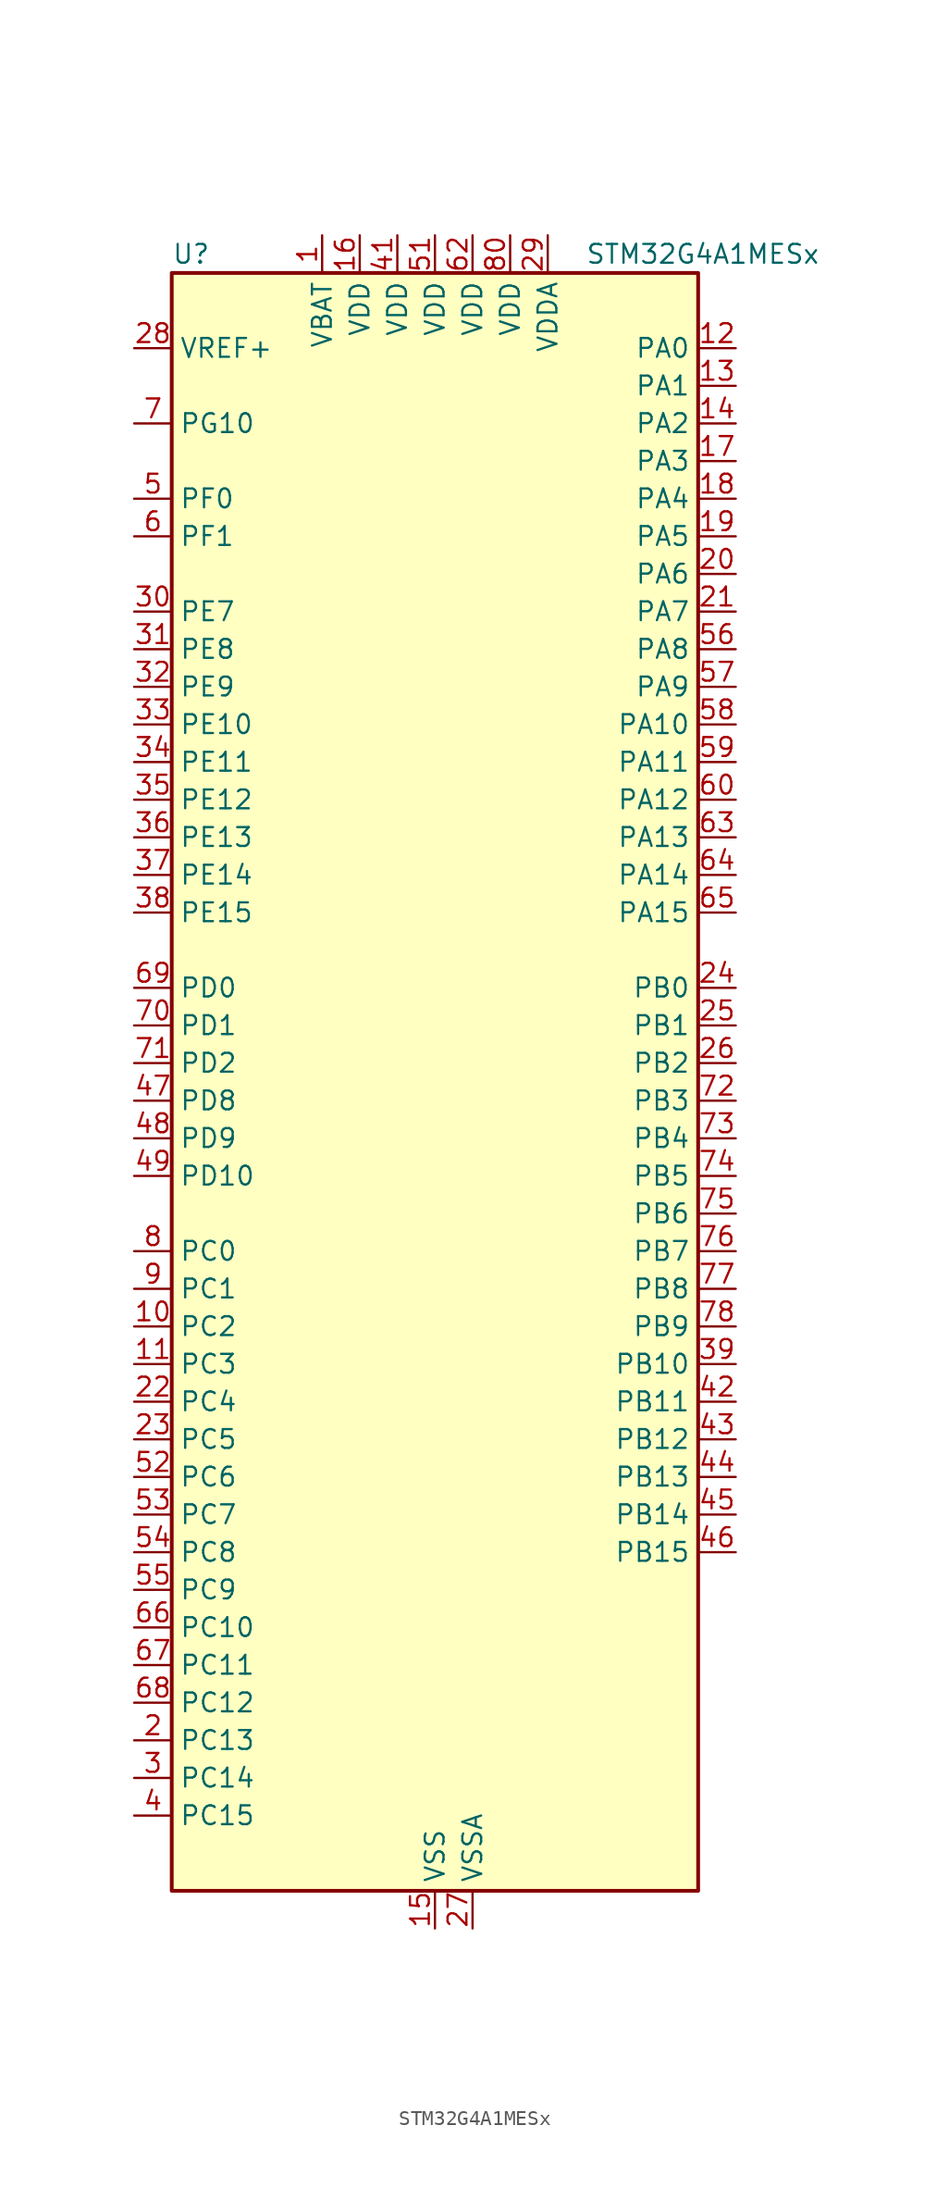
<source format=kicad_sym>
(kicad_symbol_lib
  (version 20241209)
  (generator "kicad_symbol_editor")
  (generator_version "9.0")
  (symbol "STM32G4A1MESx"
    (property "Reference" "U"
      (at -17.78 57.15 0)
      (effects (font (size 1.27 1.27)) (justify left)))
    (property "Value" "STM32G4A1MESx"
      (at 10.16 57.15 0)
      (effects (font (size 1.27 1.27)) (justify left)))
    (symbol "STM32G4A1MESx_0_1"
      (rectangle (start -17.78 -53.34) (end 17.78 55.88) (stroke (width 0.254) (type default)) (fill (type background))))
    (symbol "STM32G4A1MESx_1_1"
      (pin input line (at -20.32 50.8 0) (length 2.54) (name "VREF+" (effects (font (size 1.27 1.27)))) (number "28" (effects (font (size 1.27 1.27)))) (alternate "VREFBUF_OUT" bidirectional line))
      (pin bidirectional line (at -20.32 45.72 0) (length 2.54) (name "PG10" (effects (font (size 1.27 1.27)))) (number "7" (effects (font (size 1.27 1.27)))) (alternate "DAC1_EXTI10" bidirectional line) (alternate "DAC3_EXTI10" bidirectional line) (alternate "RCC_MCO" bidirectional line))
      (pin bidirectional line (at -20.32 40.64 0) (length 2.54) (name "PF0" (effects (font (size 1.27 1.27)))) (number "5" (effects (font (size 1.27 1.27)))) (alternate "ADC1_IN10" bidirectional line) (alternate "I2C2_SDA" bidirectional line) (alternate "I2S2_WS" bidirectional line) (alternate "RCC_OSC_IN" bidirectional line) (alternate "SPI2_NSS" bidirectional line) (alternate "TIM1_CH3N" bidirectional line))
      (pin bidirectional line (at -20.32 38.1 0) (length 2.54) (name "PF1" (effects (font (size 1.27 1.27)))) (number "6" (effects (font (size 1.27 1.27)))) (alternate "ADC2_IN10" bidirectional line) (alternate "COMP3_INM" bidirectional line) (alternate "I2S2_CK" bidirectional line) (alternate "RCC_OSC_OUT" bidirectional line) (alternate "SPI2_SCK" bidirectional line))
      (pin bidirectional line (at -20.32 33.02 0) (length 2.54) (name "PE7" (effects (font (size 1.27 1.27)))) (number "30" (effects (font (size 1.27 1.27)))) (alternate "ADC3_IN4" bidirectional line) (alternate "COMP4_INP" bidirectional line) (alternate "SAI1_SD_B" bidirectional line) (alternate "TIM1_ETR" bidirectional line))
      (pin bidirectional line (at -20.32 30.48 0) (length 2.54) (name "PE8" (effects (font (size 1.27 1.27)))) (number "31" (effects (font (size 1.27 1.27)))) (alternate "ADC3_IN6" bidirectional line) (alternate "COMP4_INM" bidirectional line) (alternate "SAI1_SCK_B" bidirectional line) (alternate "TIM1_CH1N" bidirectional line))
      (pin bidirectional line (at -20.32 27.94 0) (length 2.54) (name "PE9" (effects (font (size 1.27 1.27)))) (number "32" (effects (font (size 1.27 1.27)))) (alternate "ADC3_IN2" bidirectional line) (alternate "DAC1_EXTI9" bidirectional line) (alternate "DAC3_EXTI9" bidirectional line) (alternate "SAI1_FS_B" bidirectional line) (alternate "TIM1_CH1" bidirectional line))
      (pin bidirectional line (at -20.32 25.4 0) (length 2.54) (name "PE10" (effects (font (size 1.27 1.27)))) (number "33" (effects (font (size 1.27 1.27)))) (alternate "ADC3_IN14" bidirectional line) (alternate "DAC1_EXTI10" bidirectional line) (alternate "DAC3_EXTI10" bidirectional line) (alternate "QUADSPI1_CLK" bidirectional line) (alternate "SAI1_MCLK_B" bidirectional line) (alternate "TIM1_CH2N" bidirectional line))
      (pin bidirectional line (at -20.32 22.86 0) (length 2.54) (name "PE11" (effects (font (size 1.27 1.27)))) (number "34" (effects (font (size 1.27 1.27)))) (alternate "ADC1_EXTI11" bidirectional line) (alternate "ADC2_EXTI11" bidirectional line) (alternate "ADC3_IN15" bidirectional line) (alternate "QUADSPI1_BK1_NCS" bidirectional line) (alternate "TIM1_CH2" bidirectional line))
      (pin bidirectional line (at -20.32 20.32 0) (length 2.54) (name "PE12" (effects (font (size 1.27 1.27)))) (number "35" (effects (font (size 1.27 1.27)))) (alternate "ADC3_IN16" bidirectional line) (alternate "QUADSPI1_BK1_IO0" bidirectional line) (alternate "TIM1_CH3N" bidirectional line))
      (pin bidirectional line (at -20.32 17.78 0) (length 2.54) (name "PE13" (effects (font (size 1.27 1.27)))) (number "36" (effects (font (size 1.27 1.27)))) (alternate "ADC3_IN3" bidirectional line) (alternate "QUADSPI1_BK1_IO1" bidirectional line) (alternate "TIM1_CH3" bidirectional line))
      (pin bidirectional line (at -20.32 15.24 0) (length 2.54) (name "PE14" (effects (font (size 1.27 1.27)))) (number "37" (effects (font (size 1.27 1.27)))) (alternate "QUADSPI1_BK1_IO2" bidirectional line) (alternate "TIM1_BKIN2" bidirectional line) (alternate "TIM1_CH4" bidirectional line))
      (pin bidirectional line (at -20.32 12.7 0) (length 2.54) (name "PE15" (effects (font (size 1.27 1.27)))) (number "38" (effects (font (size 1.27 1.27)))) (alternate "ADC1_EXTI15" bidirectional line) (alternate "ADC2_EXTI15" bidirectional line) (alternate "QUADSPI1_BK1_IO3" bidirectional line) (alternate "TIM1_BKIN" bidirectional line) (alternate "TIM1_CH4N" bidirectional line) (alternate "USART3_RX" bidirectional line))
      (pin bidirectional line (at -20.32 7.62 0) (length 2.54) (name "PD0" (effects (font (size 1.27 1.27)))) (number "69" (effects (font (size 1.27 1.27)))) (alternate "FDCAN1_RX" bidirectional line) (alternate "TIM8_CH4N" bidirectional line))
      (pin bidirectional line (at -20.32 5.08 0) (length 2.54) (name "PD1" (effects (font (size 1.27 1.27)))) (number "70" (effects (font (size 1.27 1.27)))) (alternate "FDCAN1_TX" bidirectional line) (alternate "TIM8_BKIN2" bidirectional line) (alternate "TIM8_CH4" bidirectional line))
      (pin bidirectional line (at -20.32 2.54 0) (length 2.54) (name "PD2" (effects (font (size 1.27 1.27)))) (number "71" (effects (font (size 1.27 1.27)))) (alternate "ADC3_EXTI2" bidirectional line) (alternate "TIM3_ETR" bidirectional line) (alternate "TIM8_BKIN" bidirectional line) (alternate "UART5_RX" bidirectional line))
      (pin bidirectional line (at -20.32 0 0) (length 2.54) (name "PD8" (effects (font (size 1.27 1.27)))) (number "47" (effects (font (size 1.27 1.27)))) (alternate "USART3_TX" bidirectional line))
      (pin bidirectional line (at -20.32 -2.54 0) (length 2.54) (name "PD9" (effects (font (size 1.27 1.27)))) (number "48" (effects (font (size 1.27 1.27)))) (alternate "DAC1_EXTI9" bidirectional line) (alternate "DAC3_EXTI9" bidirectional line) (alternate "OPAMP6_VINP" bidirectional line) (alternate "OPAMP6_VINP_SEC" bidirectional line) (alternate "USART3_RX" bidirectional line))
      (pin bidirectional line (at -20.32 -5.08 0) (length 2.54) (name "PD10" (effects (font (size 1.27 1.27)))) (number "49" (effects (font (size 1.27 1.27)))) (alternate "ADC3_IN7" bidirectional line) (alternate "DAC1_EXTI10" bidirectional line) (alternate "DAC3_EXTI10" bidirectional line) (alternate "USART3_CK" bidirectional line))
      (pin bidirectional line (at -20.32 -10.16 0) (length 2.54) (name "PC0" (effects (font (size 1.27 1.27)))) (number "8" (effects (font (size 1.27 1.27)))) (alternate "ADC1_IN6" bidirectional line) (alternate "ADC2_IN6" bidirectional line) (alternate "COMP3_INM" bidirectional line) (alternate "LPTIM1_IN1" bidirectional line) (alternate "LPUART1_RX" bidirectional line) (alternate "TIM1_CH1" bidirectional line))
      (pin bidirectional line (at -20.32 -12.7 0) (length 2.54) (name "PC1" (effects (font (size 1.27 1.27)))) (number "9" (effects (font (size 1.27 1.27)))) (alternate "ADC1_IN7" bidirectional line) (alternate "ADC2_IN7" bidirectional line) (alternate "COMP3_INP" bidirectional line) (alternate "LPTIM1_OUT" bidirectional line) (alternate "LPUART1_TX" bidirectional line) (alternate "QUADSPI1_BK2_IO0" bidirectional line) (alternate "SAI1_SD_A" bidirectional line) (alternate "TIM1_CH2" bidirectional line))
      (pin bidirectional line (at -20.32 -15.24 0) (length 2.54) (name "PC2" (effects (font (size 1.27 1.27)))) (number "10" (effects (font (size 1.27 1.27)))) (alternate "ADC1_IN8" bidirectional line) (alternate "ADC2_IN8" bidirectional line) (alternate "ADC3_EXTI2" bidirectional line) (alternate "COMP3_OUT" bidirectional line) (alternate "LPTIM1_IN2" bidirectional line) (alternate "QUADSPI1_BK2_IO1" bidirectional line) (alternate "TIM1_CH3" bidirectional line) (alternate "TIM20_CH2" bidirectional line))
      (pin bidirectional line (at -20.32 -17.78 0) (length 2.54) (name "PC3" (effects (font (size 1.27 1.27)))) (number "11" (effects (font (size 1.27 1.27)))) (alternate "ADC1_IN9" bidirectional line) (alternate "ADC2_IN9" bidirectional line) (alternate "ADC3_EXTI3" bidirectional line) (alternate "LPTIM1_ETR" bidirectional line) (alternate "QUADSPI1_BK2_IO2" bidirectional line) (alternate "SAI1_D1" bidirectional line) (alternate "SAI1_SD_A" bidirectional line) (alternate "TIM1_BKIN2" bidirectional line) (alternate "TIM1_CH4" bidirectional line))
      (pin bidirectional line (at -20.32 -20.32 0) (length 2.54) (name "PC4" (effects (font (size 1.27 1.27)))) (number "22" (effects (font (size 1.27 1.27)))) (alternate "ADC2_IN5" bidirectional line) (alternate "I2C2_SCL" bidirectional line) (alternate "QUADSPI1_BK2_IO3" bidirectional line) (alternate "TIM1_ETR" bidirectional line) (alternate "USART1_TX" bidirectional line))
      (pin bidirectional line (at -20.32 -22.86 0) (length 2.54) (name "PC5" (effects (font (size 1.27 1.27)))) (number "23" (effects (font (size 1.27 1.27)))) (alternate "ADC2_IN11" bidirectional line) (alternate "OPAMP1_VINM" bidirectional line) (alternate "OPAMP1_VINM1" bidirectional line) (alternate "OPAMP1_VINM_SEC" bidirectional line) (alternate "OPAMP2_VINM" bidirectional line) (alternate "OPAMP2_VINM1" bidirectional line) (alternate "OPAMP2_VINM_SEC" bidirectional line) (alternate "SAI1_D3" bidirectional line) (alternate "SYS_WKUP5" bidirectional line) (alternate "TIM15_BKIN" bidirectional line) (alternate "TIM1_CH4N" bidirectional line) (alternate "USART1_RX" bidirectional line))
      (pin bidirectional line (at -20.32 -25.4 0) (length 2.54) (name "PC6" (effects (font (size 1.27 1.27)))) (number "52" (effects (font (size 1.27 1.27)))) (alternate "I2S2_MCK" bidirectional line) (alternate "TIM3_CH1" bidirectional line) (alternate "TIM8_CH1" bidirectional line))
      (pin bidirectional line (at -20.32 -27.94 0) (length 2.54) (name "PC7" (effects (font (size 1.27 1.27)))) (number "53" (effects (font (size 1.27 1.27)))) (alternate "I2S3_MCK" bidirectional line) (alternate "TIM3_CH2" bidirectional line) (alternate "TIM8_CH2" bidirectional line))
      (pin bidirectional line (at -20.32 -30.48 0) (length 2.54) (name "PC8" (effects (font (size 1.27 1.27)))) (number "54" (effects (font (size 1.27 1.27)))) (alternate "I2C3_SCL" bidirectional line) (alternate "TIM20_CH3" bidirectional line) (alternate "TIM3_CH3" bidirectional line) (alternate "TIM8_CH3" bidirectional line))
      (pin bidirectional line (at -20.32 -33.02 0) (length 2.54) (name "PC9" (effects (font (size 1.27 1.27)))) (number "55" (effects (font (size 1.27 1.27)))) (alternate "DAC1_EXTI9" bidirectional line) (alternate "DAC3_EXTI9" bidirectional line) (alternate "I2C3_SDA" bidirectional line) (alternate "I2S_CKIN" bidirectional line) (alternate "TIM3_CH4" bidirectional line) (alternate "TIM8_BKIN2" bidirectional line) (alternate "TIM8_CH4" bidirectional line))
      (pin bidirectional line (at -20.32 -35.56 0) (length 2.54) (name "PC10" (effects (font (size 1.27 1.27)))) (number "66" (effects (font (size 1.27 1.27)))) (alternate "DAC1_EXTI10" bidirectional line) (alternate "DAC3_EXTI10" bidirectional line) (alternate "I2S3_CK" bidirectional line) (alternate "SPI3_SCK" bidirectional line) (alternate "TIM8_CH1N" bidirectional line) (alternate "UART4_TX" bidirectional line) (alternate "USART3_TX" bidirectional line))
      (pin bidirectional line (at -20.32 -38.1 0) (length 2.54) (name "PC11" (effects (font (size 1.27 1.27)))) (number "67" (effects (font (size 1.27 1.27)))) (alternate "ADC1_EXTI11" bidirectional line) (alternate "ADC2_EXTI11" bidirectional line) (alternate "I2C3_SDA" bidirectional line) (alternate "SPI3_MISO" bidirectional line) (alternate "TIM8_CH2N" bidirectional line) (alternate "UART4_RX" bidirectional line) (alternate "USART3_RX" bidirectional line))
      (pin bidirectional line (at -20.32 -40.64 0) (length 2.54) (name "PC12" (effects (font (size 1.27 1.27)))) (number "68" (effects (font (size 1.27 1.27)))) (alternate "I2S3_SD" bidirectional line) (alternate "SPI3_MOSI" bidirectional line) (alternate "TIM8_CH3N" bidirectional line) (alternate "UART5_TX" bidirectional line) (alternate "UCPD1_FRSTX1" bidirectional line) (alternate "UCPD1_FRSTX2" bidirectional line) (alternate "USART3_CK" bidirectional line))
      (pin bidirectional line (at -20.32 -43.18 0) (length 2.54) (name "PC13" (effects (font (size 1.27 1.27)))) (number "2" (effects (font (size 1.27 1.27)))) (alternate "RTC_OUT1" bidirectional line) (alternate "RTC_TAMP1" bidirectional line) (alternate "RTC_TS" bidirectional line) (alternate "SYS_WKUP2" bidirectional line) (alternate "TIM1_BKIN" bidirectional line) (alternate "TIM1_CH1N" bidirectional line) (alternate "TIM8_CH4N" bidirectional line))
      (pin bidirectional line (at -20.32 -45.72 0) (length 2.54) (name "PC14" (effects (font (size 1.27 1.27)))) (number "3" (effects (font (size 1.27 1.27)))) (alternate "RCC_OSC32_IN" bidirectional line))
      (pin bidirectional line (at -20.32 -48.26 0) (length 2.54) (name "PC15" (effects (font (size 1.27 1.27)))) (number "4" (effects (font (size 1.27 1.27)))) (alternate "ADC1_EXTI15" bidirectional line) (alternate "ADC2_EXTI15" bidirectional line) (alternate "RCC_OSC32_OUT" bidirectional line))
      (pin power_in line (at -7.62 58.42 270) (length 2.54) (name "VBAT" (effects (font (size 1.27 1.27)))) (number "1" (effects (font (size 1.27 1.27)))))
      (pin power_in line (at -5.08 58.42 270) (length 2.54) (name "VDD" (effects (font (size 1.27 1.27)))) (number "16" (effects (font (size 1.27 1.27)))))
      (pin power_in line (at -2.54 58.42 270) (length 2.54) (name "VDD" (effects (font (size 1.27 1.27)))) (number "41" (effects (font (size 1.27 1.27)))))
      (pin power_in line (at 0 58.42 270) (length 2.54) (name "VDD" (effects (font (size 1.27 1.27)))) (number "51" (effects (font (size 1.27 1.27)))))
      (pin power_in line (at 0 -55.88 90) (length 2.54) (name "VSS" (effects (font (size 1.27 1.27)))) (number "15" (effects (font (size 1.27 1.27)))))
      (pin passive line (at 0 -55.88 90) (length 2.54) (hide yes) (name "VSS" (effects (font (size 1.27 1.27)))) (number "40" (effects (font (size 1.27 1.27)))))
      (pin passive line (at 0 -55.88 90) (length 2.54) (hide yes) (name "VSS" (effects (font (size 1.27 1.27)))) (number "50" (effects (font (size 1.27 1.27)))))
      (pin passive line (at 0 -55.88 90) (length 2.54) (hide yes) (name "VSS" (effects (font (size 1.27 1.27)))) (number "61" (effects (font (size 1.27 1.27)))))
      (pin passive line (at 0 -55.88 90) (length 2.54) (hide yes) (name "VSS" (effects (font (size 1.27 1.27)))) (number "79" (effects (font (size 1.27 1.27)))))
      (pin power_in line (at 2.54 58.42 270) (length 2.54) (name "VDD" (effects (font (size 1.27 1.27)))) (number "62" (effects (font (size 1.27 1.27)))))
      (pin power_in line (at 2.54 -55.88 90) (length 2.54) (name "VSSA" (effects (font (size 1.27 1.27)))) (number "27" (effects (font (size 1.27 1.27)))))
      (pin power_in line (at 5.08 58.42 270) (length 2.54) (name "VDD" (effects (font (size 1.27 1.27)))) (number "80" (effects (font (size 1.27 1.27)))))
      (pin power_in line (at 7.62 58.42 270) (length 2.54) (name "VDDA" (effects (font (size 1.27 1.27)))) (number "29" (effects (font (size 1.27 1.27)))))
      (pin bidirectional line (at 20.32 50.8 180) (length 2.54) (name "PA0" (effects (font (size 1.27 1.27)))) (number "12" (effects (font (size 1.27 1.27)))) (alternate "ADC1_IN1" bidirectional line) (alternate "ADC2_IN1" bidirectional line) (alternate "COMP1_INM" bidirectional line) (alternate "COMP1_OUT" bidirectional line) (alternate "COMP3_INP" bidirectional line) (alternate "RTC_TAMP2" bidirectional line) (alternate "SYS_WKUP1" bidirectional line) (alternate "TIM2_CH1" bidirectional line) (alternate "TIM2_ETR" bidirectional line) (alternate "TIM8_BKIN" bidirectional line) (alternate "TIM8_ETR" bidirectional line) (alternate "USART2_CTS" bidirectional line) (alternate "USART2_NSS" bidirectional line))
      (pin bidirectional line (at 20.32 48.26 180) (length 2.54) (name "PA1" (effects (font (size 1.27 1.27)))) (number "13" (effects (font (size 1.27 1.27)))) (alternate "ADC1_IN2" bidirectional line) (alternate "ADC2_IN2" bidirectional line) (alternate "COMP1_INP" bidirectional line) (alternate "OPAMP1_VINP" bidirectional line) (alternate "OPAMP1_VINP_SEC" bidirectional line) (alternate "OPAMP3_VINP" bidirectional line) (alternate "OPAMP3_VINP_SEC" bidirectional line) (alternate "OPAMP6_VINM" bidirectional line) (alternate "OPAMP6_VINM0" bidirectional line) (alternate "OPAMP6_VINM_SEC" bidirectional line) (alternate "RTC_REFIN" bidirectional line) (alternate "TIM15_CH1N" bidirectional line) (alternate "TIM2_CH2" bidirectional line) (alternate "USART2_DE" bidirectional line) (alternate "USART2_RTS" bidirectional line))
      (pin bidirectional line (at 20.32 45.72 180) (length 2.54) (name "PA2" (effects (font (size 1.27 1.27)))) (number "14" (effects (font (size 1.27 1.27)))) (alternate "ADC1_IN3" bidirectional line) (alternate "ADC3_EXTI2" bidirectional line) (alternate "COMP2_INM" bidirectional line) (alternate "COMP2_OUT" bidirectional line) (alternate "LPUART1_TX" bidirectional line) (alternate "OPAMP1_VOUT" bidirectional line) (alternate "QUADSPI1_BK1_NCS" bidirectional line) (alternate "RCC_LSCO" bidirectional line) (alternate "SYS_WKUP4" bidirectional line) (alternate "TIM15_CH1" bidirectional line) (alternate "TIM2_CH3" bidirectional line) (alternate "UCPD1_FRSTX1" bidirectional line) (alternate "UCPD1_FRSTX2" bidirectional line) (alternate "USART2_TX" bidirectional line))
      (pin bidirectional line (at 20.32 43.18 180) (length 2.54) (name "PA3" (effects (font (size 1.27 1.27)))) (number "17" (effects (font (size 1.27 1.27)))) (alternate "ADC1_IN4" bidirectional line) (alternate "ADC3_EXTI3" bidirectional line) (alternate "COMP2_INP" bidirectional line) (alternate "LPUART1_RX" bidirectional line) (alternate "OPAMP1_VINM" bidirectional line) (alternate "OPAMP1_VINM0" bidirectional line) (alternate "OPAMP1_VINM_SEC" bidirectional line) (alternate "OPAMP1_VINP" bidirectional line) (alternate "OPAMP1_VINP_SEC" bidirectional line) (alternate "QUADSPI1_CLK" bidirectional line) (alternate "SAI1_CK1" bidirectional line) (alternate "SAI1_MCLK_A" bidirectional line) (alternate "TIM15_CH2" bidirectional line) (alternate "TIM2_CH4" bidirectional line) (alternate "USART2_RX" bidirectional line))
      (pin bidirectional line (at 20.32 40.64 180) (length 2.54) (name "PA4" (effects (font (size 1.27 1.27)))) (number "18" (effects (font (size 1.27 1.27)))) (alternate "ADC2_IN17" bidirectional line) (alternate "COMP1_INM" bidirectional line) (alternate "DAC1_OUT1" bidirectional line) (alternate "I2S3_WS" bidirectional line) (alternate "SAI1_FS_B" bidirectional line) (alternate "SPI1_NSS" bidirectional line) (alternate "SPI3_NSS" bidirectional line) (alternate "TIM3_CH2" bidirectional line) (alternate "USART2_CK" bidirectional line))
      (pin bidirectional line (at 20.32 38.1 180) (length 2.54) (name "PA5" (effects (font (size 1.27 1.27)))) (number "19" (effects (font (size 1.27 1.27)))) (alternate "ADC2_IN13" bidirectional line) (alternate "COMP2_INM" bidirectional line) (alternate "DAC1_OUT2" bidirectional line) (alternate "OPAMP2_VINM" bidirectional line) (alternate "OPAMP2_VINM0" bidirectional line) (alternate "OPAMP2_VINM_SEC" bidirectional line) (alternate "SPI1_SCK" bidirectional line) (alternate "TIM2_CH1" bidirectional line) (alternate "TIM2_ETR" bidirectional line) (alternate "UCPD1_FRSTX1" bidirectional line) (alternate "UCPD1_FRSTX2" bidirectional line))
      (pin bidirectional line (at 20.32 35.56 180) (length 2.54) (name "PA6" (effects (font (size 1.27 1.27)))) (number "20" (effects (font (size 1.27 1.27)))) (alternate "ADC2_IN3" bidirectional line) (alternate "COMP1_OUT" bidirectional line) (alternate "LPUART1_CTS" bidirectional line) (alternate "OPAMP2_VOUT" bidirectional line) (alternate "QUADSPI1_BK1_IO3" bidirectional line) (alternate "SPI1_MISO" bidirectional line) (alternate "TIM16_CH1" bidirectional line) (alternate "TIM1_BKIN" bidirectional line) (alternate "TIM3_CH1" bidirectional line) (alternate "TIM8_BKIN" bidirectional line))
      (pin bidirectional line (at 20.32 33.02 180) (length 2.54) (name "PA7" (effects (font (size 1.27 1.27)))) (number "21" (effects (font (size 1.27 1.27)))) (alternate "ADC2_IN4" bidirectional line) (alternate "COMP2_INP" bidirectional line) (alternate "COMP2_OUT" bidirectional line) (alternate "OPAMP1_VINP" bidirectional line) (alternate "OPAMP1_VINP_SEC" bidirectional line) (alternate "OPAMP2_VINP" bidirectional line) (alternate "OPAMP2_VINP_SEC" bidirectional line) (alternate "QUADSPI1_BK1_IO2" bidirectional line) (alternate "SPI1_MOSI" bidirectional line) (alternate "TIM17_CH1" bidirectional line) (alternate "TIM1_CH1N" bidirectional line) (alternate "TIM3_CH2" bidirectional line) (alternate "TIM8_CH1N" bidirectional line) (alternate "UCPD1_FRSTX1" bidirectional line) (alternate "UCPD1_FRSTX2" bidirectional line))
      (pin bidirectional line (at 20.32 30.48 180) (length 2.54) (name "PA8" (effects (font (size 1.27 1.27)))) (number "56" (effects (font (size 1.27 1.27)))) (alternate "I2C2_SDA" bidirectional line) (alternate "I2C3_SCL" bidirectional line) (alternate "I2S2_MCK" bidirectional line) (alternate "RCC_MCO" bidirectional line) (alternate "SAI1_CK2" bidirectional line) (alternate "SAI1_SCK_A" bidirectional line) (alternate "TIM1_CH1" bidirectional line) (alternate "TIM4_ETR" bidirectional line) (alternate "USART1_CK" bidirectional line))
      (pin bidirectional line (at 20.32 27.94 180) (length 2.54) (name "PA9" (effects (font (size 1.27 1.27)))) (number "57" (effects (font (size 1.27 1.27)))) (alternate "DAC1_EXTI9" bidirectional line) (alternate "DAC3_EXTI9" bidirectional line) (alternate "I2C2_SCL" bidirectional line) (alternate "I2C3_SMBA" bidirectional line) (alternate "I2S3_MCK" bidirectional line) (alternate "SAI1_FS_A" bidirectional line) (alternate "TIM15_BKIN" bidirectional line) (alternate "TIM1_CH2" bidirectional line) (alternate "TIM2_CH3" bidirectional line) (alternate "UCPD1_DBCC1" bidirectional line) (alternate "USART1_TX" bidirectional line))
      (pin bidirectional line (at 20.32 25.4 180) (length 2.54) (name "PA10" (effects (font (size 1.27 1.27)))) (number "58" (effects (font (size 1.27 1.27)))) (alternate "CRS_SYNC" bidirectional line) (alternate "DAC1_EXTI10" bidirectional line) (alternate "DAC3_EXTI10" bidirectional line) (alternate "I2C2_SMBA" bidirectional line) (alternate "SAI1_D1" bidirectional line) (alternate "SAI1_SD_A" bidirectional line) (alternate "SPI2_MISO" bidirectional line) (alternate "TIM17_BKIN" bidirectional line) (alternate "TIM1_CH3" bidirectional line) (alternate "TIM2_CH4" bidirectional line) (alternate "TIM8_BKIN" bidirectional line) (alternate "UCPD1_DBCC2" bidirectional line) (alternate "USART1_RX" bidirectional line))
      (pin bidirectional line (at 20.32 22.86 180) (length 2.54) (name "PA11" (effects (font (size 1.27 1.27)))) (number "59" (effects (font (size 1.27 1.27)))) (alternate "ADC1_EXTI11" bidirectional line) (alternate "ADC2_EXTI11" bidirectional line) (alternate "COMP1_OUT" bidirectional line) (alternate "FDCAN1_RX" bidirectional line) (alternate "I2S2_SD" bidirectional line) (alternate "SPI2_MOSI" bidirectional line) (alternate "TIM1_BKIN2" bidirectional line) (alternate "TIM1_CH1N" bidirectional line) (alternate "TIM1_CH4" bidirectional line) (alternate "TIM4_CH1" bidirectional line) (alternate "USART1_CTS" bidirectional line) (alternate "USART1_NSS" bidirectional line) (alternate "USB_DM" bidirectional line))
      (pin bidirectional line (at 20.32 20.32 180) (length 2.54) (name "PA12" (effects (font (size 1.27 1.27)))) (number "60" (effects (font (size 1.27 1.27)))) (alternate "COMP2_OUT" bidirectional line) (alternate "FDCAN1_TX" bidirectional line) (alternate "I2S_CKIN" bidirectional line) (alternate "TIM16_CH1" bidirectional line) (alternate "TIM1_CH2N" bidirectional line) (alternate "TIM1_ETR" bidirectional line) (alternate "TIM4_CH2" bidirectional line) (alternate "USART1_DE" bidirectional line) (alternate "USART1_RTS" bidirectional line) (alternate "USB_DP" bidirectional line))
      (pin bidirectional line (at 20.32 17.78 180) (length 2.54) (name "PA13" (effects (font (size 1.27 1.27)))) (number "63" (effects (font (size 1.27 1.27)))) (alternate "I2C1_SCL" bidirectional line) (alternate "IR_OUT" bidirectional line) (alternate "SAI1_SD_B" bidirectional line) (alternate "SYS_JTMS-SWDIO" bidirectional line) (alternate "TIM16_CH1N" bidirectional line) (alternate "TIM4_CH3" bidirectional line) (alternate "USART3_CTS" bidirectional line) (alternate "USART3_NSS" bidirectional line))
      (pin bidirectional line (at 20.32 15.24 180) (length 2.54) (name "PA14" (effects (font (size 1.27 1.27)))) (number "64" (effects (font (size 1.27 1.27)))) (alternate "I2C1_SDA" bidirectional line) (alternate "LPTIM1_OUT" bidirectional line) (alternate "SAI1_FS_B" bidirectional line) (alternate "SYS_JTCK-SWCLK" bidirectional line) (alternate "TIM1_BKIN" bidirectional line) (alternate "TIM8_CH2" bidirectional line) (alternate "USART2_TX" bidirectional line))
      (pin bidirectional line (at 20.32 12.7 180) (length 2.54) (name "PA15" (effects (font (size 1.27 1.27)))) (number "65" (effects (font (size 1.27 1.27)))) (alternate "ADC1_EXTI15" bidirectional line) (alternate "ADC2_EXTI15" bidirectional line) (alternate "I2C1_SCL" bidirectional line) (alternate "I2S3_WS" bidirectional line) (alternate "SPI1_NSS" bidirectional line) (alternate "SPI3_NSS" bidirectional line) (alternate "SYS_JTDI" bidirectional line) (alternate "TIM1_BKIN" bidirectional line) (alternate "TIM20_ETR" bidirectional line) (alternate "TIM2_CH1" bidirectional line) (alternate "TIM2_ETR" bidirectional line) (alternate "TIM8_CH1" bidirectional line) (alternate "UART4_DE" bidirectional line) (alternate "UART4_RTS" bidirectional line) (alternate "USART2_RX" bidirectional line))
      (pin bidirectional line (at 20.32 7.62 180) (length 2.54) (name "PB0" (effects (font (size 1.27 1.27)))) (number "24" (effects (font (size 1.27 1.27)))) (alternate "ADC1_IN15" bidirectional line) (alternate "ADC3_IN12" bidirectional line) (alternate "COMP4_INP" bidirectional line) (alternate "OPAMP2_VINP" bidirectional line) (alternate "OPAMP2_VINP_SEC" bidirectional line) (alternate "OPAMP3_VINP" bidirectional line) (alternate "OPAMP3_VINP_SEC" bidirectional line) (alternate "QUADSPI1_BK1_IO1" bidirectional line) (alternate "TIM1_CH2N" bidirectional line) (alternate "TIM3_CH3" bidirectional line) (alternate "TIM8_CH2N" bidirectional line) (alternate "UCPD1_FRSTX1" bidirectional line) (alternate "UCPD1_FRSTX2" bidirectional line))
      (pin bidirectional line (at 20.32 5.08 180) (length 2.54) (name "PB1" (effects (font (size 1.27 1.27)))) (number "25" (effects (font (size 1.27 1.27)))) (alternate "ADC1_IN12" bidirectional line) (alternate "ADC3_IN1" bidirectional line) (alternate "COMP1_INP" bidirectional line) (alternate "COMP4_OUT" bidirectional line) (alternate "LPUART1_DE" bidirectional line) (alternate "LPUART1_RTS" bidirectional line) (alternate "OPAMP3_VOUT" bidirectional line) (alternate "OPAMP6_VINM" bidirectional line) (alternate "OPAMP6_VINM1" bidirectional line) (alternate "OPAMP6_VINM_SEC" bidirectional line) (alternate "QUADSPI1_BK1_IO0" bidirectional line) (alternate "TIM1_CH3N" bidirectional line) (alternate "TIM3_CH4" bidirectional line) (alternate "TIM8_CH3N" bidirectional line))
      (pin bidirectional line (at 20.32 2.54 180) (length 2.54) (name "PB2" (effects (font (size 1.27 1.27)))) (number "26" (effects (font (size 1.27 1.27)))) (alternate "ADC2_IN12" bidirectional line) (alternate "ADC3_EXTI2" bidirectional line) (alternate "COMP4_INM" bidirectional line) (alternate "I2C3_SMBA" bidirectional line) (alternate "LPTIM1_OUT" bidirectional line) (alternate "OPAMP3_VINM" bidirectional line) (alternate "OPAMP3_VINM0" bidirectional line) (alternate "OPAMP3_VINM_SEC" bidirectional line) (alternate "QUADSPI1_BK2_IO1" bidirectional line) (alternate "RTC_OUT2" bidirectional line) (alternate "TIM20_CH1" bidirectional line))
      (pin bidirectional line (at 20.32 0 180) (length 2.54) (name "PB3" (effects (font (size 1.27 1.27)))) (number "72" (effects (font (size 1.27 1.27)))) (alternate "ADC3_EXTI3" bidirectional line) (alternate "CRS_SYNC" bidirectional line) (alternate "I2S3_CK" bidirectional line) (alternate "SAI1_SCK_B" bidirectional line) (alternate "SPI1_SCK" bidirectional line) (alternate "SPI3_SCK" bidirectional line) (alternate "SYS_JTDO-SWO" bidirectional line) (alternate "TIM2_CH2" bidirectional line) (alternate "TIM3_ETR" bidirectional line) (alternate "TIM4_ETR" bidirectional line) (alternate "TIM8_CH1N" bidirectional line) (alternate "USART2_TX" bidirectional line))
      (pin bidirectional line (at 20.32 -2.54 180) (length 2.54) (name "PB4" (effects (font (size 1.27 1.27)))) (number "73" (effects (font (size 1.27 1.27)))) (alternate "SAI1_MCLK_B" bidirectional line) (alternate "SPI1_MISO" bidirectional line) (alternate "SPI3_MISO" bidirectional line) (alternate "SYS_JTRST" bidirectional line) (alternate "TIM16_CH1" bidirectional line) (alternate "TIM17_BKIN" bidirectional line) (alternate "TIM3_CH1" bidirectional line) (alternate "TIM8_CH2N" bidirectional line) (alternate "UART5_DE" bidirectional line) (alternate "UART5_RTS" bidirectional line) (alternate "UCPD1_CC2" bidirectional line) (alternate "USART2_RX" bidirectional line))
      (pin bidirectional line (at 20.32 -5.08 180) (length 2.54) (name "PB5" (effects (font (size 1.27 1.27)))) (number "74" (effects (font (size 1.27 1.27)))) (alternate "FDCAN2_RX" bidirectional line) (alternate "I2C1_SMBA" bidirectional line) (alternate "I2C3_SDA" bidirectional line) (alternate "I2S3_SD" bidirectional line) (alternate "LPTIM1_IN1" bidirectional line) (alternate "SAI1_SD_B" bidirectional line) (alternate "SPI1_MOSI" bidirectional line) (alternate "SPI3_MOSI" bidirectional line) (alternate "TIM16_BKIN" bidirectional line) (alternate "TIM17_CH1" bidirectional line) (alternate "TIM3_CH2" bidirectional line) (alternate "TIM8_CH3N" bidirectional line) (alternate "UART5_CTS" bidirectional line) (alternate "USART2_CK" bidirectional line))
      (pin bidirectional line (at 20.32 -7.62 180) (length 2.54) (name "PB6" (effects (font (size 1.27 1.27)))) (number "75" (effects (font (size 1.27 1.27)))) (alternate "COMP4_OUT" bidirectional line) (alternate "FDCAN2_TX" bidirectional line) (alternate "LPTIM1_ETR" bidirectional line) (alternate "SAI1_FS_B" bidirectional line) (alternate "TIM16_CH1N" bidirectional line) (alternate "TIM4_CH1" bidirectional line) (alternate "TIM8_BKIN2" bidirectional line) (alternate "TIM8_CH1" bidirectional line) (alternate "TIM8_ETR" bidirectional line) (alternate "UCPD1_CC1" bidirectional line) (alternate "USART1_TX" bidirectional line))
      (pin bidirectional line (at 20.32 -10.16 180) (length 2.54) (name "PB7" (effects (font (size 1.27 1.27)))) (number "76" (effects (font (size 1.27 1.27)))) (alternate "COMP3_OUT" bidirectional line) (alternate "I2C1_SDA" bidirectional line) (alternate "LPTIM1_IN2" bidirectional line) (alternate "SYS_PVD_IN" bidirectional line) (alternate "TIM17_CH1N" bidirectional line) (alternate "TIM3_CH4" bidirectional line) (alternate "TIM4_CH2" bidirectional line) (alternate "TIM8_BKIN" bidirectional line) (alternate "UART4_CTS" bidirectional line) (alternate "USART1_RX" bidirectional line))
      (pin bidirectional line (at 20.32 -12.7 180) (length 2.54) (name "PB8" (effects (font (size 1.27 1.27)))) (number "77" (effects (font (size 1.27 1.27)))) (alternate "COMP1_OUT" bidirectional line) (alternate "FDCAN1_RX" bidirectional line) (alternate "I2C1_SCL" bidirectional line) (alternate "SAI1_CK1" bidirectional line) (alternate "SAI1_MCLK_A" bidirectional line) (alternate "TIM16_CH1" bidirectional line) (alternate "TIM1_BKIN" bidirectional line) (alternate "TIM4_CH3" bidirectional line) (alternate "TIM8_CH2" bidirectional line) (alternate "USART3_RX" bidirectional line))
      (pin bidirectional line (at 20.32 -15.24 180) (length 2.54) (name "PB9" (effects (font (size 1.27 1.27)))) (number "78" (effects (font (size 1.27 1.27)))) (alternate "COMP2_OUT" bidirectional line) (alternate "DAC1_EXTI9" bidirectional line) (alternate "DAC3_EXTI9" bidirectional line) (alternate "FDCAN1_TX" bidirectional line) (alternate "I2C1_SDA" bidirectional line) (alternate "IR_OUT" bidirectional line) (alternate "SAI1_D2" bidirectional line) (alternate "SAI1_FS_A" bidirectional line) (alternate "TIM17_CH1" bidirectional line) (alternate "TIM1_CH3N" bidirectional line) (alternate "TIM4_CH4" bidirectional line) (alternate "TIM8_CH3" bidirectional line) (alternate "USART3_TX" bidirectional line))
      (pin bidirectional line (at 20.32 -17.78 180) (length 2.54) (name "PB10" (effects (font (size 1.27 1.27)))) (number "39" (effects (font (size 1.27 1.27)))) (alternate "DAC1_EXTI10" bidirectional line) (alternate "DAC3_EXTI10" bidirectional line) (alternate "LPUART1_RX" bidirectional line) (alternate "OPAMP3_VINM" bidirectional line) (alternate "OPAMP3_VINM1" bidirectional line) (alternate "OPAMP3_VINM_SEC" bidirectional line) (alternate "QUADSPI1_CLK" bidirectional line) (alternate "SAI1_SCK_A" bidirectional line) (alternate "TIM1_BKIN" bidirectional line) (alternate "TIM2_CH3" bidirectional line) (alternate "USART3_TX" bidirectional line))
      (pin bidirectional line (at 20.32 -20.32 180) (length 2.54) (name "PB11" (effects (font (size 1.27 1.27)))) (number "42" (effects (font (size 1.27 1.27)))) (alternate "ADC1_EXTI11" bidirectional line) (alternate "ADC1_IN14" bidirectional line) (alternate "ADC2_EXTI11" bidirectional line) (alternate "ADC2_IN14" bidirectional line) (alternate "LPUART1_TX" bidirectional line) (alternate "OPAMP6_VOUT" bidirectional line) (alternate "QUADSPI1_BK1_NCS" bidirectional line) (alternate "TIM2_CH4" bidirectional line) (alternate "USART3_RX" bidirectional line))
      (pin bidirectional line (at 20.32 -22.86 180) (length 2.54) (name "PB12" (effects (font (size 1.27 1.27)))) (number "43" (effects (font (size 1.27 1.27)))) (alternate "ADC1_IN11" bidirectional line) (alternate "FDCAN2_RX" bidirectional line) (alternate "I2C2_SMBA" bidirectional line) (alternate "I2S2_WS" bidirectional line) (alternate "LPUART1_DE" bidirectional line) (alternate "LPUART1_RTS" bidirectional line) (alternate "OPAMP6_VINP" bidirectional line) (alternate "OPAMP6_VINP_SEC" bidirectional line) (alternate "SPI2_NSS" bidirectional line) (alternate "TIM1_BKIN" bidirectional line) (alternate "USART3_CK" bidirectional line))
      (pin bidirectional line (at 20.32 -25.4 180) (length 2.54) (name "PB13" (effects (font (size 1.27 1.27)))) (number "44" (effects (font (size 1.27 1.27)))) (alternate "ADC3_IN5" bidirectional line) (alternate "FDCAN2_TX" bidirectional line) (alternate "I2S2_CK" bidirectional line) (alternate "LPUART1_CTS" bidirectional line) (alternate "OPAMP3_VINP" bidirectional line) (alternate "OPAMP3_VINP_SEC" bidirectional line) (alternate "OPAMP6_VINP" bidirectional line) (alternate "OPAMP6_VINP_SEC" bidirectional line) (alternate "SPI2_SCK" bidirectional line) (alternate "TIM1_CH1N" bidirectional line) (alternate "USART3_CTS" bidirectional line) (alternate "USART3_NSS" bidirectional line))
      (pin bidirectional line (at 20.32 -27.94 180) (length 2.54) (name "PB14" (effects (font (size 1.27 1.27)))) (number "45" (effects (font (size 1.27 1.27)))) (alternate "ADC1_IN5" bidirectional line) (alternate "COMP4_OUT" bidirectional line) (alternate "OPAMP2_VINP" bidirectional line) (alternate "OPAMP2_VINP_SEC" bidirectional line) (alternate "SPI2_MISO" bidirectional line) (alternate "TIM15_CH1" bidirectional line) (alternate "TIM1_CH2N" bidirectional line) (alternate "USART3_DE" bidirectional line) (alternate "USART3_RTS" bidirectional line))
      (pin bidirectional line (at 20.32 -30.48 180) (length 2.54) (name "PB15" (effects (font (size 1.27 1.27)))) (number "46" (effects (font (size 1.27 1.27)))) (alternate "ADC1_EXTI15" bidirectional line) (alternate "ADC2_EXTI15" bidirectional line) (alternate "ADC2_IN15" bidirectional line) (alternate "COMP3_OUT" bidirectional line) (alternate "I2S2_SD" bidirectional line) (alternate "RTC_REFIN" bidirectional line) (alternate "SPI2_MOSI" bidirectional line) (alternate "TIM15_CH1N" bidirectional line) (alternate "TIM15_CH2" bidirectional line) (alternate "TIM1_CH3N" bidirectional line)))))
</source>
